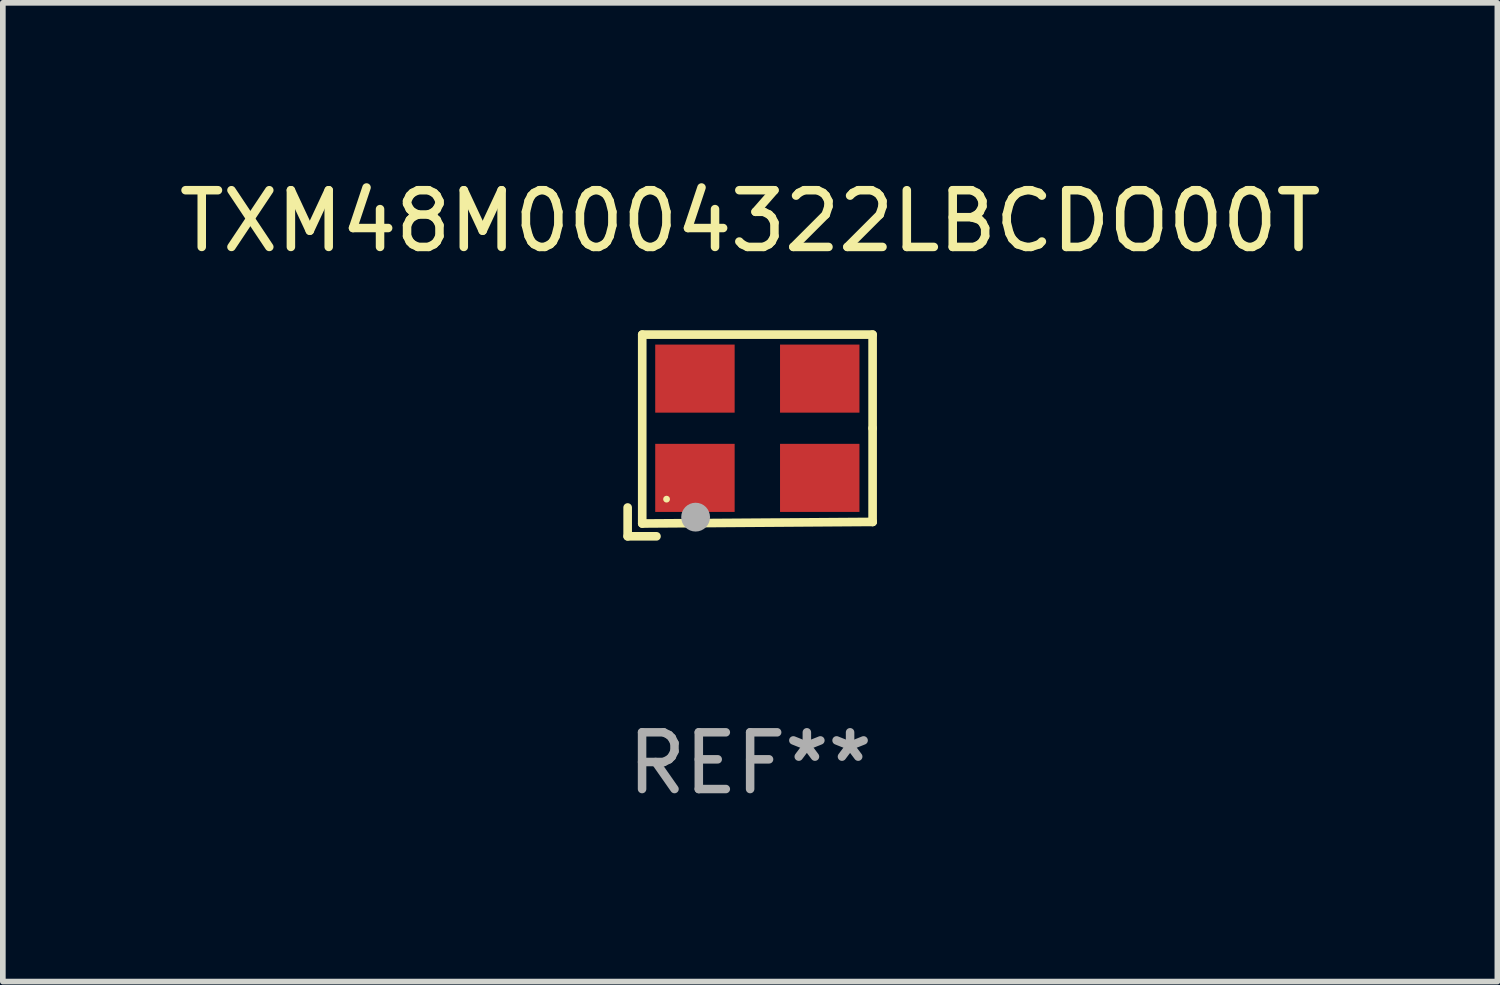
<source format=kicad_pcb>
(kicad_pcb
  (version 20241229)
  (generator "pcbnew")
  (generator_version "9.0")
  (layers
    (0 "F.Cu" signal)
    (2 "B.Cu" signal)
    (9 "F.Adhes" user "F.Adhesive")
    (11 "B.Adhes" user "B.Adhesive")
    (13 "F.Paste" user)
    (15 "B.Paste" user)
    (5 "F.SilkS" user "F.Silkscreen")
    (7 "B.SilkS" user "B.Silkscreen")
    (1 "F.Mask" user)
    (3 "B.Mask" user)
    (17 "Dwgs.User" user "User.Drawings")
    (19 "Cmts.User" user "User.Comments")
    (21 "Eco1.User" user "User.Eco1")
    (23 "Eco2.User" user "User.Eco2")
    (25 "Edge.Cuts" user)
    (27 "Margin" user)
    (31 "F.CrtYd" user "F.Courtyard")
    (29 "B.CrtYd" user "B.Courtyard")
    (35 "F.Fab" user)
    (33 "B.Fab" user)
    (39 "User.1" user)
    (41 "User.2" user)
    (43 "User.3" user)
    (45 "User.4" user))
  (footprint "TXM48M0004322LBCDO00T"
    (layer "F.Cu")
    (at 10.173 4.626)
    (property "Reference" "TXM48M0004322LBCDO00T" (at 0 -3.778 0) (layer "F.SilkS") (effects (font (size 1 1) (thickness 0.15))))
    (attr through_hole)
    (fp_line (start -2.159 1.27) (end -2.159 1.778) (stroke (width 0.152) (type solid)) (layer "F.SilkS"))
    (fp_line (start -2.159 1.778) (end -1.651 1.778) (stroke (width 0.152) (type solid)) (layer "F.SilkS"))
    (fp_line (start -1.902 -1.778) (end 2.159 -1.778) (stroke (width 0.152) (type solid)) (layer "F.SilkS"))
    (fp_line (start -1.902 1.552) (end -1.902 -1.778) (stroke (width 0.152) (type solid)) (layer "F.SilkS"))
    (fp_line (start 2.159 -1.778) (end 2.159 -0.127) (stroke (width 0.152) (type solid)) (layer "F.SilkS"))
    (fp_line (start 2.159 -0.127) (end 2.159 1.524) (stroke (width 0.152) (type solid)) (layer "F.SilkS"))
    (fp_line (start 2.159 1.524) (end -1.902 1.552) (stroke (width 0.152) (type solid)) (layer "F.SilkS"))
    (fp_line (start 2.159 1.524) (end 2.159 1.524) (stroke (width 0.152) (type solid)) (layer "F.SilkS"))
    (fp_circle (center -1.473 1.123) (end -1.443 1.123) (stroke (width 0.06) (type solid)) (fill no) (layer "F.SilkS"))
    (fp_circle (center -0.961 1.44) (end -0.834 1.44) (stroke (width 0.254) (type solid)) (fill no) (layer "F.Fab"))
    (fp_text user "REF**" (at 0 5.778 0) (layer "F.Fab") (effects (font (size 1 1) (thickness 0.15))))
    (pad "1" smd rect (at -0.973 0.748) (size 1.4 1.2) (layers "F.Cu" "F.Mask" "F.Paste"))
    (pad "2" smd rect (at 1.227 0.748) (size 1.4 1.2) (layers "F.Cu" "F.Mask" "F.Paste"))
    (pad "3" smd rect (at 1.227 -1.002) (size 1.4 1.2) (layers "F.Cu" "F.Mask" "F.Paste"))
    (pad "4" smd rect (at -0.973 -1.002) (size 1.4 1.2) (layers "F.Cu" "F.Mask" "F.Paste")))
  (gr_rect
    (start -3 -3)
    (end 23.345 14.253)
    (stroke (width 0.1) (type default))
    (fill no)
    (layer "Edge.Cuts")))
</source>
